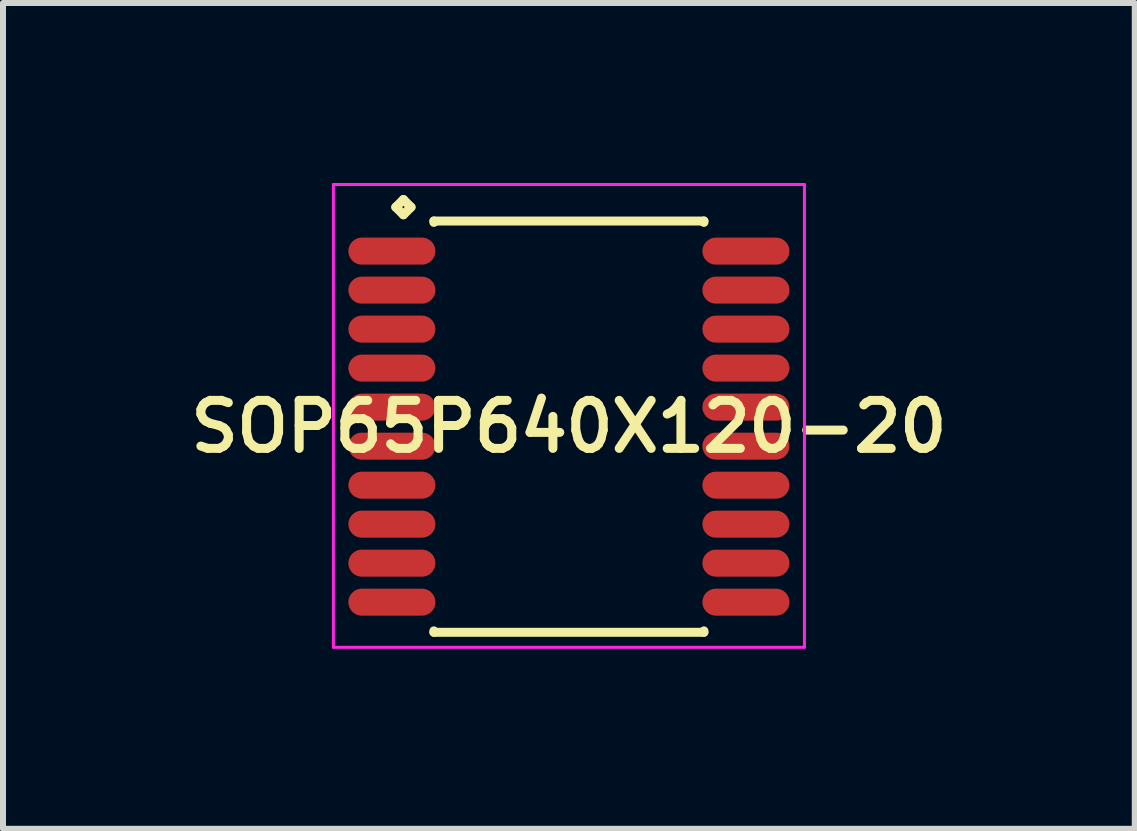
<source format=kicad_pcb>
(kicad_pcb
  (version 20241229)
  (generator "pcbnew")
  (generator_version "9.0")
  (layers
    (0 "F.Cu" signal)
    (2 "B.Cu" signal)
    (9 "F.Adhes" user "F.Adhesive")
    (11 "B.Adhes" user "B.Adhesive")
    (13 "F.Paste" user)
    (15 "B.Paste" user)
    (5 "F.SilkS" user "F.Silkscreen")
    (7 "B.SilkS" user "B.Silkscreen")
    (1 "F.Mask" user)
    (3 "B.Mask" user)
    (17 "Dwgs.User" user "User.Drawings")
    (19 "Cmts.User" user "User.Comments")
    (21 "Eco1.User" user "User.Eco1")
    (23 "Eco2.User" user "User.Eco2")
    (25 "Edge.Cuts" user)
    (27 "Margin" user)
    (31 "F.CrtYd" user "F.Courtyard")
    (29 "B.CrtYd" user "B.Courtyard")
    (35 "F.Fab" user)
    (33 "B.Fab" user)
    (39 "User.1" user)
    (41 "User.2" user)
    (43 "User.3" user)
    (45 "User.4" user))
  (footprint "SOP65P640X120-20"
    (layer "F.Cu")
    (at 6.431 4.06)
    (property "Reference" "SOP65P640X120-20" (at 0 0 0) (layer "F.SilkS") (effects (font (size 0.8 0.8) (thickness 0.15))))
    (attr smd)
    (fp_line (start -2.885 -3.658) (end -2.758 -3.785) (stroke (width 0.15) (type solid)) (layer "F.SilkS"))
    (fp_line (start -2.758 -3.785) (end -2.631 -3.658) (stroke (width 0.15) (type solid)) (layer "F.SilkS"))
    (fp_line (start -2.758 -3.531) (end -2.885 -3.658) (stroke (width 0.15) (type solid)) (layer "F.SilkS"))
    (fp_line (start -2.631 -3.658) (end -2.758 -3.531) (stroke (width 0.15) (type solid)) (layer "F.SilkS"))
    (fp_line (start -2.25 -3.427) (end 2.25 -3.427) (stroke (width 0.15) (type solid)) (layer "F.SilkS"))
    (fp_line (start -2.25 -3.404) (end -2.25 -3.427) (stroke (width 0.15) (type solid)) (layer "F.SilkS"))
    (fp_line (start -2.25 3.404) (end -2.25 3.427) (stroke (width 0.15) (type solid)) (layer "F.SilkS"))
    (fp_line (start -2.25 3.427) (end 2.25 3.427) (stroke (width 0.15) (type solid)) (layer "F.SilkS"))
    (fp_line (start 2.25 -3.427) (end 2.25 -3.404) (stroke (width 0.15) (type solid)) (layer "F.SilkS"))
    (fp_line (start 2.25 3.427) (end 2.25 3.404) (stroke (width 0.15) (type solid)) (layer "F.SilkS"))
    (fp_line (start -3.925 -4.035) (end 3.925 -4.035) (stroke (width 0.05) (type solid)) (layer "F.CrtYd"))
    (fp_line (start -3.925 3.677) (end -3.925 -4.035) (stroke (width 0.05) (type solid)) (layer "F.CrtYd"))
    (fp_line (start 3.925 -4.035) (end 3.925 3.677) (stroke (width 0.05) (type solid)) (layer "F.CrtYd"))
    (fp_line (start 3.925 3.677) (end -3.925 3.677) (stroke (width 0.05) (type solid)) (layer "F.CrtYd"))
    (pad "1" smd oval (at -2.95 -2.925) (size 1.45 0.45) (layers "F.Cu" "F.Mask" "F.Paste"))
    (pad "2" smd oval (at -2.95 -2.275) (size 1.45 0.45) (layers "F.Cu" "F.Mask" "F.Paste"))
    (pad "3" smd oval (at -2.95 -1.625) (size 1.45 0.45) (layers "F.Cu" "F.Mask" "F.Paste"))
    (pad "4" smd oval (at -2.95 -0.975) (size 1.45 0.45) (layers "F.Cu" "F.Mask" "F.Paste"))
    (pad "5" smd oval (at -2.95 -0.325) (size 1.45 0.45) (layers "F.Cu" "F.Mask" "F.Paste"))
    (pad "6" smd oval (at -2.95 0.325) (size 1.45 0.45) (layers "F.Cu" "F.Mask" "F.Paste"))
    (pad "7" smd oval (at -2.95 0.975) (size 1.45 0.45) (layers "F.Cu" "F.Mask" "F.Paste"))
    (pad "8" smd oval (at -2.95 1.625) (size 1.45 0.45) (layers "F.Cu" "F.Mask" "F.Paste"))
    (pad "9" smd oval (at -2.95 2.275) (size 1.45 0.45) (layers "F.Cu" "F.Mask" "F.Paste"))
    (pad "10" smd oval (at -2.95 2.925) (size 1.45 0.45) (layers "F.Cu" "F.Mask" "F.Paste"))
    (pad "11" smd oval (at 2.95 2.925) (size 1.45 0.45) (layers "F.Cu" "F.Mask" "F.Paste"))
    (pad "12" smd oval (at 2.95 2.275) (size 1.45 0.45) (layers "F.Cu" "F.Mask" "F.Paste"))
    (pad "13" smd oval (at 2.95 1.625) (size 1.45 0.45) (layers "F.Cu" "F.Mask" "F.Paste"))
    (pad "14" smd oval (at 2.95 0.975) (size 1.45 0.45) (layers "F.Cu" "F.Mask" "F.Paste"))
    (pad "15" smd oval (at 2.95 0.325) (size 1.45 0.45) (layers "F.Cu" "F.Mask" "F.Paste"))
    (pad "16" smd oval (at 2.95 -0.325) (size 1.45 0.45) (layers "F.Cu" "F.Mask" "F.Paste"))
    (pad "17" smd oval (at 2.95 -0.975) (size 1.45 0.45) (layers "F.Cu" "F.Mask" "F.Paste"))
    (pad "18" smd oval (at 2.95 -1.625) (size 1.45 0.45) (layers "F.Cu" "F.Mask" "F.Paste"))
    (pad "19" smd oval (at 2.95 -2.275) (size 1.45 0.45) (layers "F.Cu" "F.Mask" "F.Paste"))
    (pad "20" smd oval (at 2.95 -2.925) (size 1.45 0.45) (layers "F.Cu" "F.Mask" "F.Paste")))
  (gr_rect
    (start -3 -3)
    (end 15.861 10.762)
    (stroke (width 0.1) (type default))
    (fill no)
    (layer "Edge.Cuts")))
</source>
